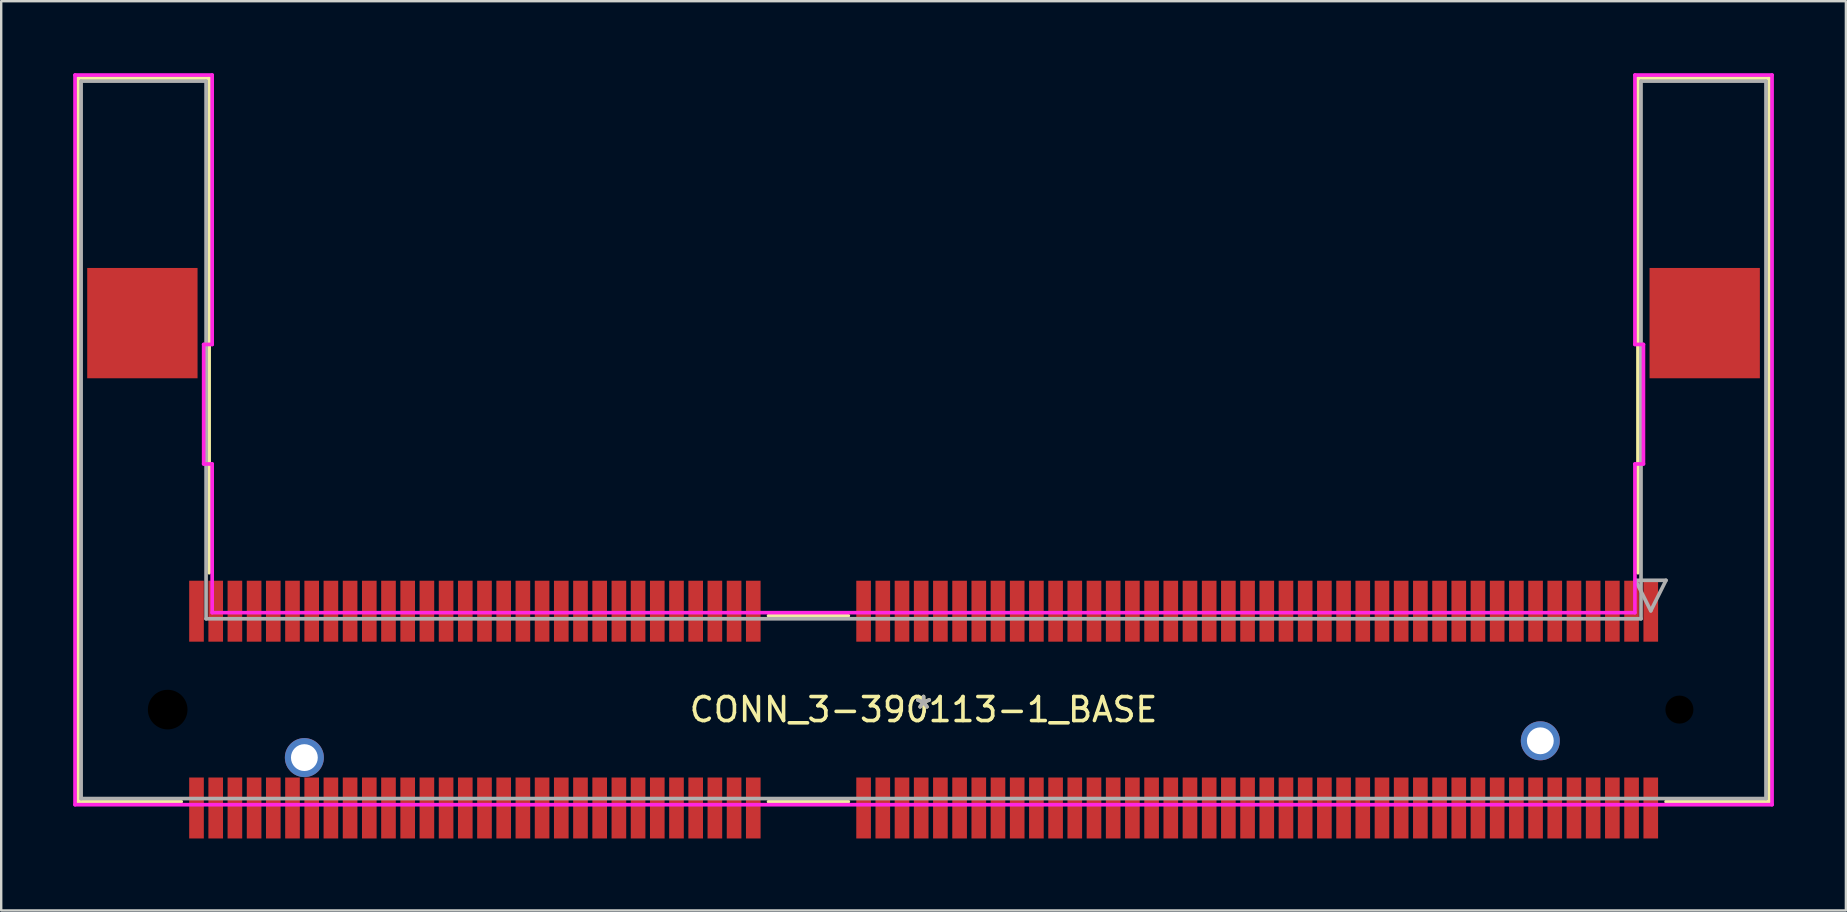
<source format=kicad_pcb>
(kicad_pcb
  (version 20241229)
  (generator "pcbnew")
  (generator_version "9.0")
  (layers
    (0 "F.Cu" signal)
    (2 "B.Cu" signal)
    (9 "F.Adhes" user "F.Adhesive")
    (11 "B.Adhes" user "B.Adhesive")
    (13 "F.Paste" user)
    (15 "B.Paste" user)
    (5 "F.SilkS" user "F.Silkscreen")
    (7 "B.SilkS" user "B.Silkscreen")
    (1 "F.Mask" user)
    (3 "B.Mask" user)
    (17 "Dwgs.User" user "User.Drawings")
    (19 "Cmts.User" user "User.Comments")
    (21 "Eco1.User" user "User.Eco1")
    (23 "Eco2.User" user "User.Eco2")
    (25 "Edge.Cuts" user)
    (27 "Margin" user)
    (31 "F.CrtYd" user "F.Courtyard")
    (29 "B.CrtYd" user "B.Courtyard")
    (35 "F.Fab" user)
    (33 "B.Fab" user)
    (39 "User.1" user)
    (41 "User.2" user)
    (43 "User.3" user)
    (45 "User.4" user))
  (footprint "CONN_3-390113-1_BASE"
    (layer "F.Cu")
    (at 35.433 26.518)
    (property "Reference" "CONN_3-390113-1_BASE" (at 0 0 0) (layer "F.SilkS") (effects (font (size 1 1) (thickness 0.15))))
    (attr through_hole)
    (fp_line (start -35.23 -26.314) (end -29.769 -26.314) (stroke (width 0.152) (type solid)) (layer "F.SilkS"))
    (fp_line (start -35.23 3.835) (end -35.23 -26.314) (stroke (width 0.152) (type solid)) (layer "F.SilkS"))
    (fp_line (start -30.933 3.835) (end -35.23 3.835) (stroke (width 0.152) (type solid)) (layer "F.SilkS"))
    (fp_line (start -29.769 -26.314) (end -29.769 -5.703) (stroke (width 0.152) (type solid)) (layer "F.SilkS"))
    (fp_line (start -6.458 -3.912) (end -3.135 -3.912) (stroke (width 0.152) (type solid)) (layer "F.SilkS"))
    (fp_line (start -3.135 3.835) (end -6.458 3.835) (stroke (width 0.152) (type solid)) (layer "F.SilkS"))
    (fp_line (start 29.769 -26.314) (end 35.23 -26.314) (stroke (width 0.152) (type solid)) (layer "F.SilkS"))
    (fp_line (start 29.769 -5.703) (end 29.769 -26.314) (stroke (width 0.152) (type solid)) (layer "F.SilkS"))
    (fp_line (start 35.23 -26.314) (end 35.23 3.835) (stroke (width 0.152) (type solid)) (layer "F.SilkS"))
    (fp_line (start 35.23 3.835) (end 30.94 3.835) (stroke (width 0.152) (type solid)) (layer "F.SilkS"))
    (fp_line (start -35.357 -26.441) (end -29.642 -26.441) (stroke (width 0.152) (type solid)) (layer "F.CrtYd"))
    (fp_line (start -35.357 3.962) (end -35.357 -26.441) (stroke (width 0.152) (type solid)) (layer "F.CrtYd"))
    (fp_line (start -29.997 -15.215) (end -29.997 -10.236) (stroke (width 0.152) (type solid)) (layer "F.CrtYd"))
    (fp_line (start -29.997 -10.236) (end -29.642 -10.236) (stroke (width 0.152) (type solid)) (layer "F.CrtYd"))
    (fp_line (start -29.642 -26.441) (end -29.642 -15.215) (stroke (width 0.152) (type solid)) (layer "F.CrtYd"))
    (fp_line (start -29.642 -15.215) (end -29.997 -15.215) (stroke (width 0.152) (type solid)) (layer "F.CrtYd"))
    (fp_line (start -29.642 -10.236) (end -29.642 -4.039) (stroke (width 0.152) (type solid)) (layer "F.CrtYd"))
    (fp_line (start -29.642 -4.039) (end 29.642 -4.039) (stroke (width 0.152) (type solid)) (layer "F.CrtYd"))
    (fp_line (start 29.642 -26.441) (end 35.357 -26.441) (stroke (width 0.152) (type solid)) (layer "F.CrtYd"))
    (fp_line (start 29.642 -15.215) (end 29.642 -26.441) (stroke (width 0.152) (type solid)) (layer "F.CrtYd"))
    (fp_line (start 29.642 -10.236) (end 29.997 -10.236) (stroke (width 0.152) (type solid)) (layer "F.CrtYd"))
    (fp_line (start 29.642 -4.039) (end 29.642 -10.236) (stroke (width 0.152) (type solid)) (layer "F.CrtYd"))
    (fp_line (start 29.997 -15.215) (end 29.642 -15.215) (stroke (width 0.152) (type solid)) (layer "F.CrtYd"))
    (fp_line (start 29.997 -10.236) (end 29.997 -15.215) (stroke (width 0.152) (type solid)) (layer "F.CrtYd"))
    (fp_line (start 35.357 -26.441) (end 35.357 3.962) (stroke (width 0.152) (type solid)) (layer "F.CrtYd"))
    (fp_line (start 35.357 3.962) (end -35.357 3.962) (stroke (width 0.152) (type solid)) (layer "F.CrtYd"))
    (fp_line (start -35.103 -26.187) (end -29.896 -26.187) (stroke (width 0.152) (type solid)) (layer "F.Fab"))
    (fp_line (start -35.103 3.708) (end -35.103 -26.187) (stroke (width 0.152) (type solid)) (layer "F.Fab"))
    (fp_line (start -29.896 -26.187) (end -29.896 -3.785) (stroke (width 0.152) (type solid)) (layer "F.Fab"))
    (fp_line (start -29.896 -3.785) (end 29.896 -3.785) (stroke (width 0.152) (type solid)) (layer "F.Fab"))
    (fp_line (start 29.667 -5.387) (end 30.937 -5.387) (stroke (width 0.152) (type solid)) (layer "F.Fab"))
    (fp_line (start 29.896 -26.187) (end 35.103 -26.187) (stroke (width 0.152) (type solid)) (layer "F.Fab"))
    (fp_line (start 29.896 -3.785) (end 29.896 -26.187) (stroke (width 0.152) (type solid)) (layer "F.Fab"))
    (fp_line (start 30.302 -4.117) (end 29.667 -5.387) (stroke (width 0.152) (type solid)) (layer "F.Fab"))
    (fp_line (start 30.937 -5.387) (end 30.302 -4.117) (stroke (width 0.152) (type solid)) (layer "F.Fab"))
    (fp_line (start 35.103 -26.187) (end 35.103 3.708) (stroke (width 0.152) (type solid)) (layer "F.Fab"))
    (fp_line (start 35.103 3.708) (end -35.103 3.708) (stroke (width 0.152) (type solid)) (layer "F.Fab"))
    (fp_text user "*" (at 0 0 0) (layer "F.SilkS") (effects (font (size 1 1) (thickness 0.15))))
    (fp_text user "Copyright 2016 Accelerated Designs. All rights reserved." (at 0 0 0) (layer "Cmts.User") (effects (font (size 0.127 0.127) (thickness 0.002))))
    (fp_text user "*" (at 0 0 0) (layer "F.Fab") (effects (font (size 1 1) (thickness 0.15))))
    (pad "" smd rect (at -32.55 -16.104) (size 4.597 4.597) (layers "F.Cu" "F.Mask" "F.Paste"))
    (pad "" np_thru_hole circle (at -31.496 0) (size 2.159 2.159) (drill 1.651) (layers))
    (pad "" np_thru_hole circle (at 31.496 0) (size 1.676 1.676) (drill 1.168) (layers))
    (pad "" smd rect (at 32.55 -16.104) (size 4.597 4.597) (layers "F.Cu" "F.Mask" "F.Paste"))
    (pad "1" smd rect (at 30.302 -4.1) (size 0.61 2.54) (layers "F.Cu" "F.Mask" "F.Paste"))
    (pad "2" smd rect (at 30.302 4.1) (size 0.61 2.54) (layers "F.Cu" "F.Mask" "F.Paste"))
    (pad "3" smd rect (at 29.502 -4.1) (size 0.61 2.54) (layers "F.Cu" "F.Mask" "F.Paste"))
    (pad "4" smd rect (at 29.502 4.1) (size 0.61 2.54) (layers "F.Cu" "F.Mask" "F.Paste"))
    (pad "5" smd rect (at 28.702 -4.1) (size 0.61 2.54) (layers "F.Cu" "F.Mask" "F.Paste"))
    (pad "6" smd rect (at 28.702 4.1) (size 0.61 2.54) (layers "F.Cu" "F.Mask" "F.Paste"))
    (pad "7" smd rect (at 27.902 -4.1) (size 0.61 2.54) (layers "F.Cu" "F.Mask" "F.Paste"))
    (pad "8" smd rect (at 27.902 4.1) (size 0.61 2.54) (layers "F.Cu" "F.Mask" "F.Paste"))
    (pad "9" smd rect (at 27.102 -4.1) (size 0.61 2.54) (layers "F.Cu" "F.Mask" "F.Paste"))
    (pad "10" smd rect (at 27.102 4.1) (size 0.61 2.54) (layers "F.Cu" "F.Mask" "F.Paste"))
    (pad "11" smd rect (at 26.302 -4.1) (size 0.61 2.54) (layers "F.Cu" "F.Mask" "F.Paste"))
    (pad "12" smd rect (at 26.302 4.1) (size 0.61 2.54) (layers "F.Cu" "F.Mask" "F.Paste"))
    (pad "13" smd rect (at 25.502 -4.1) (size 0.61 2.54) (layers "F.Cu" "F.Mask" "F.Paste"))
    (pad "14" smd rect (at 25.502 4.1) (size 0.61 2.54) (layers "F.Cu" "F.Mask" "F.Paste"))
    (pad "15" smd rect (at 24.702 -4.1) (size 0.61 2.54) (layers "F.Cu" "F.Mask" "F.Paste"))
    (pad "16" smd rect (at 24.702 4.1) (size 0.61 2.54) (layers "F.Cu" "F.Mask" "F.Paste"))
    (pad "17" smd rect (at 23.902 -4.1) (size 0.61 2.54) (layers "F.Cu" "F.Mask" "F.Paste"))
    (pad "18" smd rect (at 23.902 4.1) (size 0.61 2.54) (layers "F.Cu" "F.Mask" "F.Paste"))
    (pad "19" smd rect (at 23.102 -4.1) (size 0.61 2.54) (layers "F.Cu" "F.Mask" "F.Paste"))
    (pad "20" smd rect (at 23.102 4.1) (size 0.61 2.54) (layers "F.Cu" "F.Mask" "F.Paste"))
    (pad "21" smd rect (at 22.302 -4.1) (size 0.61 2.54) (layers "F.Cu" "F.Mask" "F.Paste"))
    (pad "22" smd rect (at 22.302 4.1) (size 0.61 2.54) (layers "F.Cu" "F.Mask" "F.Paste"))
    (pad "23" smd rect (at 21.502 -4.1) (size 0.61 2.54) (layers "F.Cu" "F.Mask" "F.Paste"))
    (pad "24" smd rect (at 21.502 4.1) (size 0.61 2.54) (layers "F.Cu" "F.Mask" "F.Paste"))
    (pad "25" smd rect (at 20.702 -4.1) (size 0.61 2.54) (layers "F.Cu" "F.Mask" "F.Paste"))
    (pad "26" smd rect (at 20.702 4.1) (size 0.61 2.54) (layers "F.Cu" "F.Mask" "F.Paste"))
    (pad "27" smd rect (at 19.902 -4.1) (size 0.61 2.54) (layers "F.Cu" "F.Mask" "F.Paste"))
    (pad "28" smd rect (at 19.902 4.1) (size 0.61 2.54) (layers "F.Cu" "F.Mask" "F.Paste"))
    (pad "29" smd rect (at 19.102 -4.1) (size 0.61 2.54) (layers "F.Cu" "F.Mask" "F.Paste"))
    (pad "30" smd rect (at 19.102 4.1) (size 0.61 2.54) (layers "F.Cu" "F.Mask" "F.Paste"))
    (pad "31" smd rect (at 18.302 -4.1) (size 0.61 2.54) (layers "F.Cu" "F.Mask" "F.Paste"))
    (pad "32" smd rect (at 18.302 4.1) (size 0.61 2.54) (layers "F.Cu" "F.Mask" "F.Paste"))
    (pad "33" smd rect (at 17.502 -4.1) (size 0.61 2.54) (layers "F.Cu" "F.Mask" "F.Paste"))
    (pad "34" smd rect (at 17.502 4.1) (size 0.61 2.54) (layers "F.Cu" "F.Mask" "F.Paste"))
    (pad "35" smd rect (at 16.702 -4.1) (size 0.61 2.54) (layers "F.Cu" "F.Mask" "F.Paste"))
    (pad "36" smd rect (at 16.702 4.1) (size 0.61 2.54) (layers "F.Cu" "F.Mask" "F.Paste"))
    (pad "37" smd rect (at 15.902 -4.1) (size 0.61 2.54) (layers "F.Cu" "F.Mask" "F.Paste"))
    (pad "38" smd rect (at 15.902 4.1) (size 0.61 2.54) (layers "F.Cu" "F.Mask" "F.Paste"))
    (pad "39" smd rect (at 15.102 -4.1) (size 0.61 2.54) (layers "F.Cu" "F.Mask" "F.Paste"))
    (pad "40" smd rect (at 15.102 4.1) (size 0.61 2.54) (layers "F.Cu" "F.Mask" "F.Paste"))
    (pad "41" smd rect (at 14.302 -4.1) (size 0.61 2.54) (layers "F.Cu" "F.Mask" "F.Paste"))
    (pad "42" smd rect (at 14.302 4.1) (size 0.61 2.54) (layers "F.Cu" "F.Mask" "F.Paste"))
    (pad "43" smd rect (at 13.502 -4.1) (size 0.61 2.54) (layers "F.Cu" "F.Mask" "F.Paste"))
    (pad "44" smd rect (at 13.502 4.1) (size 0.61 2.54) (layers "F.Cu" "F.Mask" "F.Paste"))
    (pad "45" smd rect (at 12.702 -4.1) (size 0.61 2.54) (layers "F.Cu" "F.Mask" "F.Paste"))
    (pad "46" smd rect (at 12.702 4.1) (size 0.61 2.54) (layers "F.Cu" "F.Mask" "F.Paste"))
    (pad "47" smd rect (at 11.902 -4.1) (size 0.61 2.54) (layers "F.Cu" "F.Mask" "F.Paste"))
    (pad "48" smd rect (at 11.902 4.1) (size 0.61 2.54) (layers "F.Cu" "F.Mask" "F.Paste"))
    (pad "49" smd rect (at 11.102 -4.1) (size 0.61 2.54) (layers "F.Cu" "F.Mask" "F.Paste"))
    (pad "50" smd rect (at 11.102 4.1) (size 0.61 2.54) (layers "F.Cu" "F.Mask" "F.Paste"))
    (pad "51" smd rect (at 10.302 -4.1) (size 0.61 2.54) (layers "F.Cu" "F.Mask" "F.Paste"))
    (pad "52" smd rect (at 10.302 4.1) (size 0.61 2.54) (layers "F.Cu" "F.Mask" "F.Paste"))
    (pad "53" smd rect (at 9.502 -4.1) (size 0.61 2.54) (layers "F.Cu" "F.Mask" "F.Paste"))
    (pad "54" smd rect (at 9.502 4.1) (size 0.61 2.54) (layers "F.Cu" "F.Mask" "F.Paste"))
    (pad "55" smd rect (at 8.702 -4.1) (size 0.61 2.54) (layers "F.Cu" "F.Mask" "F.Paste"))
    (pad "56" smd rect (at 8.702 4.1) (size 0.61 2.54) (layers "F.Cu" "F.Mask" "F.Paste"))
    (pad "57" smd rect (at 7.902 -4.1) (size 0.61 2.54) (layers "F.Cu" "F.Mask" "F.Paste"))
    (pad "58" smd rect (at 7.902 4.1) (size 0.61 2.54) (layers "F.Cu" "F.Mask" "F.Paste"))
    (pad "59" smd rect (at 7.102 -4.1) (size 0.61 2.54) (layers "F.Cu" "F.Mask" "F.Paste"))
    (pad "60" smd rect (at 7.102 4.1) (size 0.61 2.54) (layers "F.Cu" "F.Mask" "F.Paste"))
    (pad "61" smd rect (at 6.302 -4.1) (size 0.61 2.54) (layers "F.Cu" "F.Mask" "F.Paste"))
    (pad "62" smd rect (at 6.302 4.1) (size 0.61 2.54) (layers "F.Cu" "F.Mask" "F.Paste"))
    (pad "63" smd rect (at 5.502 -4.1) (size 0.61 2.54) (layers "F.Cu" "F.Mask" "F.Paste"))
    (pad "64" smd rect (at 5.502 4.1) (size 0.61 2.54) (layers "F.Cu" "F.Mask" "F.Paste"))
    (pad "65" smd rect (at 4.702 -4.1) (size 0.61 2.54) (layers "F.Cu" "F.Mask" "F.Paste"))
    (pad "66" smd rect (at 4.702 4.1) (size 0.61 2.54) (layers "F.Cu" "F.Mask" "F.Paste"))
    (pad "67" smd rect (at 3.902 -4.1) (size 0.61 2.54) (layers "F.Cu" "F.Mask" "F.Paste"))
    (pad "68" smd rect (at 3.902 4.1) (size 0.61 2.54) (layers "F.Cu" "F.Mask" "F.Paste"))
    (pad "69" smd rect (at 3.102 -4.1) (size 0.61 2.54) (layers "F.Cu" "F.Mask" "F.Paste"))
    (pad "70" smd rect (at 3.102 4.1) (size 0.61 2.54) (layers "F.Cu" "F.Mask" "F.Paste"))
    (pad "71" smd rect (at 2.302 -4.1) (size 0.61 2.54) (layers "F.Cu" "F.Mask" "F.Paste"))
    (pad "72" smd rect (at 2.302 4.1) (size 0.61 2.54) (layers "F.Cu" "F.Mask" "F.Paste"))
    (pad "73" smd rect (at 1.502 -4.1) (size 0.61 2.54) (layers "F.Cu" "F.Mask" "F.Paste"))
    (pad "74" smd rect (at 1.502 4.1) (size 0.61 2.54) (layers "F.Cu" "F.Mask" "F.Paste"))
    (pad "75" smd rect (at 0.702 -4.1) (size 0.61 2.54) (layers "F.Cu" "F.Mask" "F.Paste"))
    (pad "76" smd rect (at 0.702 4.1) (size 0.61 2.54) (layers "F.Cu" "F.Mask" "F.Paste"))
    (pad "77" smd rect (at -0.098 -4.1) (size 0.61 2.54) (layers "F.Cu" "F.Mask" "F.Paste"))
    (pad "78" smd rect (at -0.098 4.1) (size 0.61 2.54) (layers "F.Cu" "F.Mask" "F.Paste"))
    (pad "79" smd rect (at -0.898 -4.1) (size 0.61 2.54) (layers "F.Cu" "F.Mask" "F.Paste"))
    (pad "80" smd rect (at -0.898 4.1) (size 0.61 2.54) (layers "F.Cu" "F.Mask" "F.Paste"))
    (pad "81" smd rect (at -1.698 -4.1) (size 0.61 2.54) (layers "F.Cu" "F.Mask" "F.Paste"))
    (pad "82" smd rect (at -1.698 4.1) (size 0.61 2.54) (layers "F.Cu" "F.Mask" "F.Paste"))
    (pad "83" smd rect (at -2.498 -4.1) (size 0.61 2.54) (layers "F.Cu" "F.Mask" "F.Paste"))
    (pad "84" smd rect (at -2.498 4.1) (size 0.61 2.54) (layers "F.Cu" "F.Mask" "F.Paste"))
    (pad "85" smd rect (at -7.095 -4.1) (size 0.61 2.54) (layers "F.Cu" "F.Mask" "F.Paste"))
    (pad "86" smd rect (at -7.095 4.1) (size 0.61 2.54) (layers "F.Cu" "F.Mask" "F.Paste"))
    (pad "87" smd rect (at -7.895 -4.1) (size 0.61 2.54) (layers "F.Cu" "F.Mask" "F.Paste"))
    (pad "88" smd rect (at -7.895 4.1) (size 0.61 2.54) (layers "F.Cu" "F.Mask" "F.Paste"))
    (pad "89" smd rect (at -8.695 -4.1) (size 0.61 2.54) (layers "F.Cu" "F.Mask" "F.Paste"))
    (pad "90" smd rect (at -8.695 4.1) (size 0.61 2.54) (layers "F.Cu" "F.Mask" "F.Paste"))
    (pad "91" smd rect (at -9.495 -4.1) (size 0.61 2.54) (layers "F.Cu" "F.Mask" "F.Paste"))
    (pad "92" smd rect (at -9.495 4.1) (size 0.61 2.54) (layers "F.Cu" "F.Mask" "F.Paste"))
    (pad "93" smd rect (at -10.295 -4.1) (size 0.61 2.54) (layers "F.Cu" "F.Mask" "F.Paste"))
    (pad "94" smd rect (at -10.295 4.1) (size 0.61 2.54) (layers "F.Cu" "F.Mask" "F.Paste"))
    (pad "95" smd rect (at -11.095 -4.1) (size 0.61 2.54) (layers "F.Cu" "F.Mask" "F.Paste"))
    (pad "96" smd rect (at -11.095 4.1) (size 0.61 2.54) (layers "F.Cu" "F.Mask" "F.Paste"))
    (pad "97" smd rect (at -11.895 -4.1) (size 0.61 2.54) (layers "F.Cu" "F.Mask" "F.Paste"))
    (pad "98" smd rect (at -11.895 4.1) (size 0.61 2.54) (layers "F.Cu" "F.Mask" "F.Paste"))
    (pad "99" smd rect (at -12.695 -4.1) (size 0.61 2.54) (layers "F.Cu" "F.Mask" "F.Paste"))
    (pad "100" smd rect (at -12.695 4.1) (size 0.61 2.54) (layers "F.Cu" "F.Mask" "F.Paste"))
    (pad "101" smd rect (at -13.495 -4.1) (size 0.61 2.54) (layers "F.Cu" "F.Mask" "F.Paste"))
    (pad "102" smd rect (at -13.495 4.1) (size 0.61 2.54) (layers "F.Cu" "F.Mask" "F.Paste"))
    (pad "103" smd rect (at -14.295 -4.1) (size 0.61 2.54) (layers "F.Cu" "F.Mask" "F.Paste"))
    (pad "104" smd rect (at -14.295 4.1) (size 0.61 2.54) (layers "F.Cu" "F.Mask" "F.Paste"))
    (pad "105" smd rect (at -15.095 -4.1) (size 0.61 2.54) (layers "F.Cu" "F.Mask" "F.Paste"))
    (pad "106" smd rect (at -15.095 4.1) (size 0.61 2.54) (layers "F.Cu" "F.Mask" "F.Paste"))
    (pad "107" smd rect (at -15.895 -4.1) (size 0.61 2.54) (layers "F.Cu" "F.Mask" "F.Paste"))
    (pad "108" smd rect (at -15.895 4.1) (size 0.61 2.54) (layers "F.Cu" "F.Mask" "F.Paste"))
    (pad "109" smd rect (at -16.695 -4.1) (size 0.61 2.54) (layers "F.Cu" "F.Mask" "F.Paste"))
    (pad "110" smd rect (at -16.695 4.1) (size 0.61 2.54) (layers "F.Cu" "F.Mask" "F.Paste"))
    (pad "111" smd rect (at -17.495 -4.1) (size 0.61 2.54) (layers "F.Cu" "F.Mask" "F.Paste"))
    (pad "112" smd rect (at -17.495 4.1) (size 0.61 2.54) (layers "F.Cu" "F.Mask" "F.Paste"))
    (pad "113" smd rect (at -18.295 -4.1) (size 0.61 2.54) (layers "F.Cu" "F.Mask" "F.Paste"))
    (pad "114" smd rect (at -18.295 4.1) (size 0.61 2.54) (layers "F.Cu" "F.Mask" "F.Paste"))
    (pad "115" smd rect (at -19.095 -4.1) (size 0.61 2.54) (layers "F.Cu" "F.Mask" "F.Paste"))
    (pad "116" smd rect (at -19.095 4.1) (size 0.61 2.54) (layers "F.Cu" "F.Mask" "F.Paste"))
    (pad "117" smd rect (at -19.895 -4.1) (size 0.61 2.54) (layers "F.Cu" "F.Mask" "F.Paste"))
    (pad "118" smd rect (at -19.895 4.1) (size 0.61 2.54) (layers "F.Cu" "F.Mask" "F.Paste"))
    (pad "119" smd rect (at -20.695 -4.1) (size 0.61 2.54) (layers "F.Cu" "F.Mask" "F.Paste"))
    (pad "120" smd rect (at -20.695 4.1) (size 0.61 2.54) (layers "F.Cu" "F.Mask" "F.Paste"))
    (pad "121" smd rect (at -21.495 -4.1) (size 0.61 2.54) (layers "F.Cu" "F.Mask" "F.Paste"))
    (pad "122" smd rect (at -21.495 4.1) (size 0.61 2.54) (layers "F.Cu" "F.Mask" "F.Paste"))
    (pad "123" smd rect (at -22.295 -4.1) (size 0.61 2.54) (layers "F.Cu" "F.Mask" "F.Paste"))
    (pad "124" smd rect (at -22.295 4.1) (size 0.61 2.54) (layers "F.Cu" "F.Mask" "F.Paste"))
    (pad "125" smd rect (at -23.095 -4.1) (size 0.61 2.54) (layers "F.Cu" "F.Mask" "F.Paste"))
    (pad "126" smd rect (at -23.095 4.1) (size 0.61 2.54) (layers "F.Cu" "F.Mask" "F.Paste"))
    (pad "127" smd rect (at -23.895 -4.1) (size 0.61 2.54) (layers "F.Cu" "F.Mask" "F.Paste"))
    (pad "128" smd rect (at -23.895 4.1) (size 0.61 2.54) (layers "F.Cu" "F.Mask" "F.Paste"))
    (pad "129" smd rect (at -24.695 -4.1) (size 0.61 2.54) (layers "F.Cu" "F.Mask" "F.Paste"))
    (pad "130" smd rect (at -24.695 4.1) (size 0.61 2.54) (layers "F.Cu" "F.Mask" "F.Paste"))
    (pad "131" smd rect (at -25.495 -4.1) (size 0.61 2.54) (layers "F.Cu" "F.Mask" "F.Paste"))
    (pad "132" smd rect (at -25.495 4.1) (size 0.61 2.54) (layers "F.Cu" "F.Mask" "F.Paste"))
    (pad "133" smd rect (at -26.295 -4.1) (size 0.61 2.54) (layers "F.Cu" "F.Mask" "F.Paste"))
    (pad "134" smd rect (at -26.295 4.1) (size 0.61 2.54) (layers "F.Cu" "F.Mask" "F.Paste"))
    (pad "135" smd rect (at -27.095 -4.1) (size 0.61 2.54) (layers "F.Cu" "F.Mask" "F.Paste"))
    (pad "136" smd rect (at -27.095 4.1) (size 0.61 2.54) (layers "F.Cu" "F.Mask" "F.Paste"))
    (pad "137" smd rect (at -27.895 -4.1) (size 0.61 2.54) (layers "F.Cu" "F.Mask" "F.Paste"))
    (pad "138" smd rect (at -27.895 4.1) (size 0.61 2.54) (layers "F.Cu" "F.Mask" "F.Paste"))
    (pad "139" smd rect (at -28.695 -4.1) (size 0.61 2.54) (layers "F.Cu" "F.Mask" "F.Paste"))
    (pad "140" smd rect (at -28.695 4.1) (size 0.61 2.54) (layers "F.Cu" "F.Mask" "F.Paste"))
    (pad "141" smd rect (at -29.495 -4.1) (size 0.61 2.54) (layers "F.Cu" "F.Mask" "F.Paste"))
    (pad "142" smd rect (at -29.495 4.1) (size 0.61 2.54) (layers "F.Cu" "F.Mask" "F.Paste"))
    (pad "143" smd rect (at -30.295 -4.1) (size 0.61 2.54) (layers "F.Cu" "F.Mask" "F.Paste"))
    (pad "144" smd rect (at -30.295 4.1) (size 0.61 2.54) (layers "F.Cu" "F.Mask" "F.Paste"))
    (pad "148" thru_hole circle (at -25.8 2) (size 1.626 1.626) (drill 1.118) (layers "*.Cu" "*.Mask"))
    (pad "149" thru_hole circle (at 25.7 1.3) (size 1.626 1.626) (drill 1.118) (layers "*.Cu" "*.Mask")))
  (gr_rect
    (start -3 -3)
    (end 73.866 34.888)
    (stroke (width 0.1) (type default))
    (fill no)
    (layer "Edge.Cuts")))
</source>
